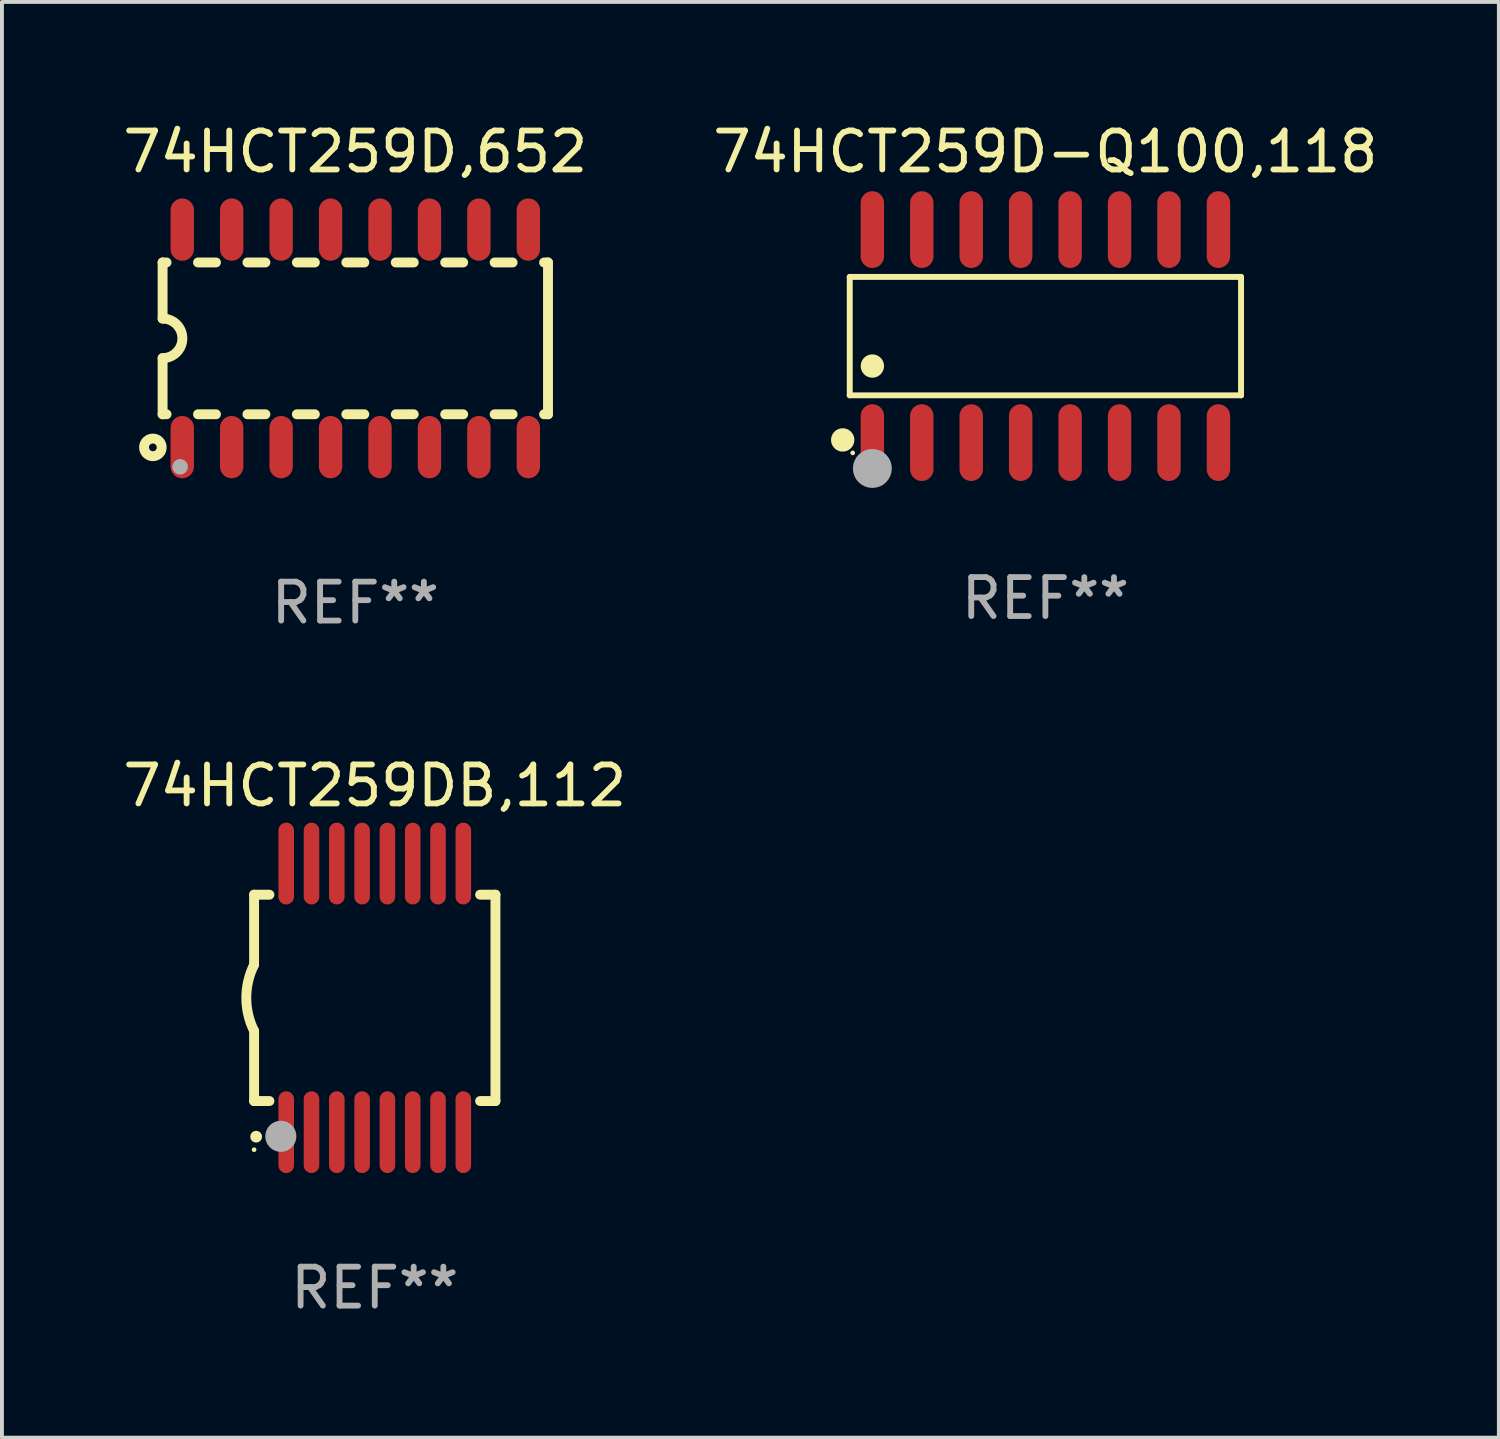
<source format=kicad_pcb>
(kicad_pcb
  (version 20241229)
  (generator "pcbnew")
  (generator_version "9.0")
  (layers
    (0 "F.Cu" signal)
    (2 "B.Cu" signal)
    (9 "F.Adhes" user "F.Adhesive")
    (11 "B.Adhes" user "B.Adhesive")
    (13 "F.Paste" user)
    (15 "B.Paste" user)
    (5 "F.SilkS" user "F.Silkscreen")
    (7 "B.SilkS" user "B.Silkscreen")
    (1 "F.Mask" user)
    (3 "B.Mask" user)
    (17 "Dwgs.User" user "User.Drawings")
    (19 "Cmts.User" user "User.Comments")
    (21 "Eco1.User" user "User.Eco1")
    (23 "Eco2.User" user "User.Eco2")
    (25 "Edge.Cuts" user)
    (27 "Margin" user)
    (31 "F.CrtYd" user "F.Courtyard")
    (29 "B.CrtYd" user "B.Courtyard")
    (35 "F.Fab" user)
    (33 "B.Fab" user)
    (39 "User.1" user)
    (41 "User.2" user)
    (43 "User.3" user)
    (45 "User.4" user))
  (footprint "74HCT259D,652"
    (layer "F.Cu")
    (at 6.077 5.642)
    (property "Reference" "74HCT259D,652" (at 0 -4.794 0) (layer "F.SilkS") (effects (font (size 1 1) (thickness 0.15))))
    (attr through_hole)
    (fp_line (start -4.95 -1.95) (end -4.95 -0.508) (stroke (width 0.254) (type solid)) (layer "F.SilkS"))
    (fp_line (start -4.95 -1.95) (end -4.849 -1.95) (stroke (width 0.254) (type solid)) (layer "F.SilkS"))
    (fp_line (start -4.95 1.95) (end -4.95 0.508) (stroke (width 0.254) (type solid)) (layer "F.SilkS"))
    (fp_line (start -4.95 1.95) (end -4.849 1.95) (stroke (width 0.254) (type solid)) (layer "F.SilkS"))
    (fp_line (start -4.041 -1.95) (end -3.579 -1.95) (stroke (width 0.254) (type solid)) (layer "F.SilkS"))
    (fp_line (start -4.041 1.95) (end -3.579 1.95) (stroke (width 0.254) (type solid)) (layer "F.SilkS"))
    (fp_line (start -2.771 -1.95) (end -2.309 -1.95) (stroke (width 0.254) (type solid)) (layer "F.SilkS"))
    (fp_line (start -2.771 1.95) (end -2.309 1.95) (stroke (width 0.254) (type solid)) (layer "F.SilkS"))
    (fp_line (start -1.501 -1.95) (end -1.039 -1.95) (stroke (width 0.254) (type solid)) (layer "F.SilkS"))
    (fp_line (start -1.501 1.95) (end -1.039 1.95) (stroke (width 0.254) (type solid)) (layer "F.SilkS"))
    (fp_line (start -0.231 -1.95) (end 0.231 -1.95) (stroke (width 0.254) (type solid)) (layer "F.SilkS"))
    (fp_line (start -0.231 1.95) (end 0.231 1.95) (stroke (width 0.254) (type solid)) (layer "F.SilkS"))
    (fp_line (start 1.039 -1.95) (end 1.501 -1.95) (stroke (width 0.254) (type solid)) (layer "F.SilkS"))
    (fp_line (start 1.039 1.95) (end 1.501 1.95) (stroke (width 0.254) (type solid)) (layer "F.SilkS"))
    (fp_line (start 2.309 -1.95) (end 2.771 -1.95) (stroke (width 0.254) (type solid)) (layer "F.SilkS"))
    (fp_line (start 2.309 1.95) (end 2.771 1.95) (stroke (width 0.254) (type solid)) (layer "F.SilkS"))
    (fp_line (start 3.579 -1.95) (end 4.041 -1.95) (stroke (width 0.254) (type solid)) (layer "F.SilkS"))
    (fp_line (start 3.579 1.95) (end 4.041 1.95) (stroke (width 0.254) (type solid)) (layer "F.SilkS"))
    (fp_line (start 4.849 -1.95) (end 4.95 -1.95) (stroke (width 0.254) (type solid)) (layer "F.SilkS"))
    (fp_line (start 4.849 1.95) (end 4.95 1.95) (stroke (width 0.254) (type solid)) (layer "F.SilkS"))
    (fp_line (start 4.95 -1.95) (end 4.95 1.95) (stroke (width 0.254) (type solid)) (layer "F.SilkS"))
    (fp_arc (start -4.95047 -0.508001) (mid -4.442469 -0.000228) (end -4.950013 0.508001) (stroke (width 0.254001) (type solid)) (layer "F.SilkS"))
    (fp_circle (center -5.2 2.8) (end -5.1 2.8) (stroke (width 0.254) (type solid)) (fill no) (layer "F.SilkS"))
    (fp_circle (center -4.95 2.947) (end -4.92 2.947) (stroke (width 0.06) (type solid)) (fill no) (layer "F.SilkS"))
    (fp_circle (center -4.5 3.3) (end -4.4 3.3) (stroke (width 0.2) (type solid)) (fill no) (layer "F.Fab"))
    (fp_text user "REF**" (at 0 6.794 0) (layer "F.Fab") (effects (font (size 1 1) (thickness 0.15))))
    (pad "1" smd oval (at -4.445 2.794) (size 0.6 1.6) (layers "F.Cu" "F.Mask" "F.Paste"))
    (pad "2" smd oval (at -3.175 2.794) (size 0.6 1.6) (layers "F.Cu" "F.Mask" "F.Paste"))
    (pad "3" smd oval (at -1.905 2.794) (size 0.6 1.6) (layers "F.Cu" "F.Mask" "F.Paste"))
    (pad "4" smd oval (at -0.635 2.794) (size 0.6 1.6) (layers "F.Cu" "F.Mask" "F.Paste"))
    (pad "5" smd oval (at 0.635 2.794) (size 0.6 1.6) (layers "F.Cu" "F.Mask" "F.Paste"))
    (pad "6" smd oval (at 1.905 2.794) (size 0.6 1.6) (layers "F.Cu" "F.Mask" "F.Paste"))
    (pad "7" smd oval (at 3.175 2.794) (size 0.6 1.6) (layers "F.Cu" "F.Mask" "F.Paste"))
    (pad "8" smd oval (at 4.445 2.794) (size 0.6 1.6) (layers "F.Cu" "F.Mask" "F.Paste"))
    (pad "9" smd oval (at 4.445 -2.794) (size 0.6 1.6) (layers "F.Cu" "F.Mask" "F.Paste"))
    (pad "10" smd oval (at 3.175 -2.794) (size 0.6 1.6) (layers "F.Cu" "F.Mask" "F.Paste"))
    (pad "11" smd oval (at 1.905 -2.794) (size 0.6 1.6) (layers "F.Cu" "F.Mask" "F.Paste"))
    (pad "12" smd oval (at 0.635 -2.794) (size 0.6 1.6) (layers "F.Cu" "F.Mask" "F.Paste"))
    (pad "13" smd oval (at -0.635 -2.794) (size 0.6 1.6) (layers "F.Cu" "F.Mask" "F.Paste"))
    (pad "14" smd oval (at -1.905 -2.794) (size 0.6 1.6) (layers "F.Cu" "F.Mask" "F.Paste"))
    (pad "15" smd oval (at -3.175 -2.794) (size 0.6 1.6) (layers "F.Cu" "F.Mask" "F.Paste"))
    (pad "16" smd oval (at -4.445 -2.794) (size 0.6 1.6) (layers "F.Cu" "F.Mask" "F.Paste")))
  (footprint "74HCT259D-Q100,118"
    (layer "F.Cu")
    (at 23.804 5.584)
    (property "Reference" "74HCT259D-Q100,118" (at 0 -4.736 0) (layer "F.SilkS") (effects (font (size 1 1) (thickness 0.15))))
    (attr through_hole)
    (fp_line (start -5.026 -1.521) (end 5.026 -1.521) (stroke (width 0.152) (type solid)) (layer "F.SilkS"))
    (fp_line (start -5.026 1.521) (end -5.026 -1.521) (stroke (width 0.152) (type solid)) (layer "F.SilkS"))
    (fp_line (start 5.026 -1.521) (end 5.026 1.521) (stroke (width 0.152) (type solid)) (layer "F.SilkS"))
    (fp_line (start 5.026 1.521) (end -5.026 1.521) (stroke (width 0.152) (type solid)) (layer "F.SilkS"))
    (fp_circle (center -5.207 2.667) (end -5.057 2.667) (stroke (width 0.3) (type solid)) (fill no) (layer "F.SilkS"))
    (fp_circle (center -4.95 3) (end -4.92 3) (stroke (width 0.06) (type solid)) (fill no) (layer "F.SilkS"))
    (fp_circle (center -4.445 0.769) (end -4.295 0.769) (stroke (width 0.3) (type solid)) (fill no) (layer "F.SilkS"))
    (fp_circle (center -4.445 3.4) (end -4.195 3.4) (stroke (width 0.5) (type solid)) (fill no) (layer "F.Fab"))
    (fp_text user "REF**" (at 0 6.736 0) (layer "F.Fab") (effects (font (size 1 1) (thickness 0.15))))
    (pad "1" smd oval (at -4.445 2.736) (size 0.602 1.971) (layers "F.Cu" "F.Mask" "F.Paste"))
    (pad "2" smd oval (at -3.175 2.736) (size 0.602 1.971) (layers "F.Cu" "F.Mask" "F.Paste"))
    (pad "3" smd oval (at -1.905 2.736) (size 0.602 1.971) (layers "F.Cu" "F.Mask" "F.Paste"))
    (pad "4" smd oval (at -0.635 2.736) (size 0.602 1.971) (layers "F.Cu" "F.Mask" "F.Paste"))
    (pad "5" smd oval (at 0.635 2.736) (size 0.602 1.971) (layers "F.Cu" "F.Mask" "F.Paste"))
    (pad "6" smd oval (at 1.905 2.736) (size 0.602 1.971) (layers "F.Cu" "F.Mask" "F.Paste"))
    (pad "7" smd oval (at 3.175 2.736) (size 0.602 1.971) (layers "F.Cu" "F.Mask" "F.Paste"))
    (pad "8" smd oval (at 4.445 2.736) (size 0.602 1.971) (layers "F.Cu" "F.Mask" "F.Paste"))
    (pad "9" smd oval (at 4.445 -2.736) (size 0.602 1.971) (layers "F.Cu" "F.Mask" "F.Paste"))
    (pad "10" smd oval (at 3.175 -2.736) (size 0.602 1.971) (layers "F.Cu" "F.Mask" "F.Paste"))
    (pad "11" smd oval (at 1.905 -2.736) (size 0.602 1.971) (layers "F.Cu" "F.Mask" "F.Paste"))
    (pad "12" smd oval (at 0.635 -2.736) (size 0.602 1.971) (layers "F.Cu" "F.Mask" "F.Paste"))
    (pad "13" smd oval (at -0.635 -2.736) (size 0.602 1.971) (layers "F.Cu" "F.Mask" "F.Paste"))
    (pad "14" smd oval (at -1.905 -2.736) (size 0.602 1.971) (layers "F.Cu" "F.Mask" "F.Paste"))
    (pad "15" smd oval (at -3.175 -2.736) (size 0.602 1.971) (layers "F.Cu" "F.Mask" "F.Paste"))
    (pad "16" smd oval (at -4.445 -2.736) (size 0.602 1.971) (layers "F.Cu" "F.Mask" "F.Paste")))
  (footprint "74HCT259DB,112"
    (layer "F.Cu")
    (at 6.577 22.583)
    (property "Reference" "74HCT259DB,112" (at 0 -5.45 0) (layer "F.SilkS") (effects (font (size 1 1) (thickness 0.15))))
    (attr through_hole)
    (fp_line (start -3.1 -2.65) (end -3.1 -0.85) (stroke (width 0.254) (type solid)) (layer "F.SilkS"))
    (fp_line (start -3.1 -2.65) (end -2.706 -2.65) (stroke (width 0.254) (type solid)) (layer "F.SilkS"))
    (fp_line (start -3.1 2.65) (end -3.1 0.85) (stroke (width 0.254) (type solid)) (layer "F.SilkS"))
    (fp_line (start -3.1 2.65) (end -2.706 2.65) (stroke (width 0.254) (type solid)) (layer "F.SilkS"))
    (fp_line (start 2.706 -2.65) (end 3.1 -2.65) (stroke (width 0.254) (type solid)) (layer "F.SilkS"))
    (fp_line (start 2.706 2.65) (end 3.1 2.65) (stroke (width 0.254) (type solid)) (layer "F.SilkS"))
    (fp_line (start 3.1 -2.65) (end 3.1 2.65) (stroke (width 0.254) (type solid)) (layer "F.SilkS"))
    (fp_arc (start -3.098907 0.850902) (mid -3.300057 0.000523) (end -3.1 -0.850114) (stroke (width 0.254001) (type solid)) (layer "F.SilkS"))
    (fp_arc (start -3.048006 3.566066) (mid -3.046736 3.566061) (end -3.045466 3.566066) (stroke (width 0.3) (type solid)) (layer "F.SilkS"))
    (fp_circle (center -3.1 3.9) (end -3.07 3.9) (stroke (width 0.06) (type solid)) (fill no) (layer "F.SilkS"))
    (fp_circle (center -2.413 3.556) (end -2.213 3.556) (stroke (width 0.4) (type solid)) (fill no) (layer "F.Fab"))
    (fp_text user "REF**" (at 0 7.45 0) (layer "F.Fab") (effects (font (size 1 1) (thickness 0.15))))
    (pad "1" smd oval (at -2.275 3.45 180) (size 0.4 2.1) (layers "F.Cu" "F.Mask" "F.Paste"))
    (pad "2" smd oval (at -1.625 3.45 180) (size 0.4 2.1) (layers "F.Cu" "F.Mask" "F.Paste"))
    (pad "3" smd oval (at -0.975 3.45 180) (size 0.4 2.1) (layers "F.Cu" "F.Mask" "F.Paste"))
    (pad "4" smd oval (at -0.325 3.45 180) (size 0.4 2.1) (layers "F.Cu" "F.Mask" "F.Paste"))
    (pad "5" smd oval (at 0.325 3.45 180) (size 0.4 2.1) (layers "F.Cu" "F.Mask" "F.Paste"))
    (pad "6" smd oval (at 0.975 3.45 180) (size 0.4 2.1) (layers "F.Cu" "F.Mask" "F.Paste"))
    (pad "7" smd oval (at 1.625 3.45 180) (size 0.4 2.1) (layers "F.Cu" "F.Mask" "F.Paste"))
    (pad "8" smd oval (at 2.275 3.45 180) (size 0.4 2.1) (layers "F.Cu" "F.Mask" "F.Paste"))
    (pad "9" smd oval (at 2.275 -3.45 180) (size 0.4 2.1) (layers "F.Cu" "F.Mask" "F.Paste"))
    (pad "10" smd oval (at 1.625 -3.45 180) (size 0.4 2.1) (layers "F.Cu" "F.Mask" "F.Paste"))
    (pad "11" smd oval (at 0.975 -3.45 180) (size 0.4 2.1) (layers "F.Cu" "F.Mask" "F.Paste"))
    (pad "12" smd oval (at 0.325 -3.45 180) (size 0.4 2.1) (layers "F.Cu" "F.Mask" "F.Paste"))
    (pad "13" smd oval (at -0.325 -3.45 180) (size 0.4 2.1) (layers "F.Cu" "F.Mask" "F.Paste"))
    (pad "14" smd oval (at -0.975 -3.45 180) (size 0.4 2.1) (layers "F.Cu" "F.Mask" "F.Paste"))
    (pad "15" smd oval (at -1.625 -3.45 180) (size 0.4 2.1) (layers "F.Cu" "F.Mask" "F.Paste"))
    (pad "16" smd oval (at -2.275 -3.45 180) (size 0.4 2.1) (layers "F.Cu" "F.Mask" "F.Paste")))
  (gr_rect
    (start -3 -3)
    (end 35.452 33.881)
    (stroke (width 0.1) (type default))
    (fill no)
    (layer "Edge.Cuts")))
</source>
